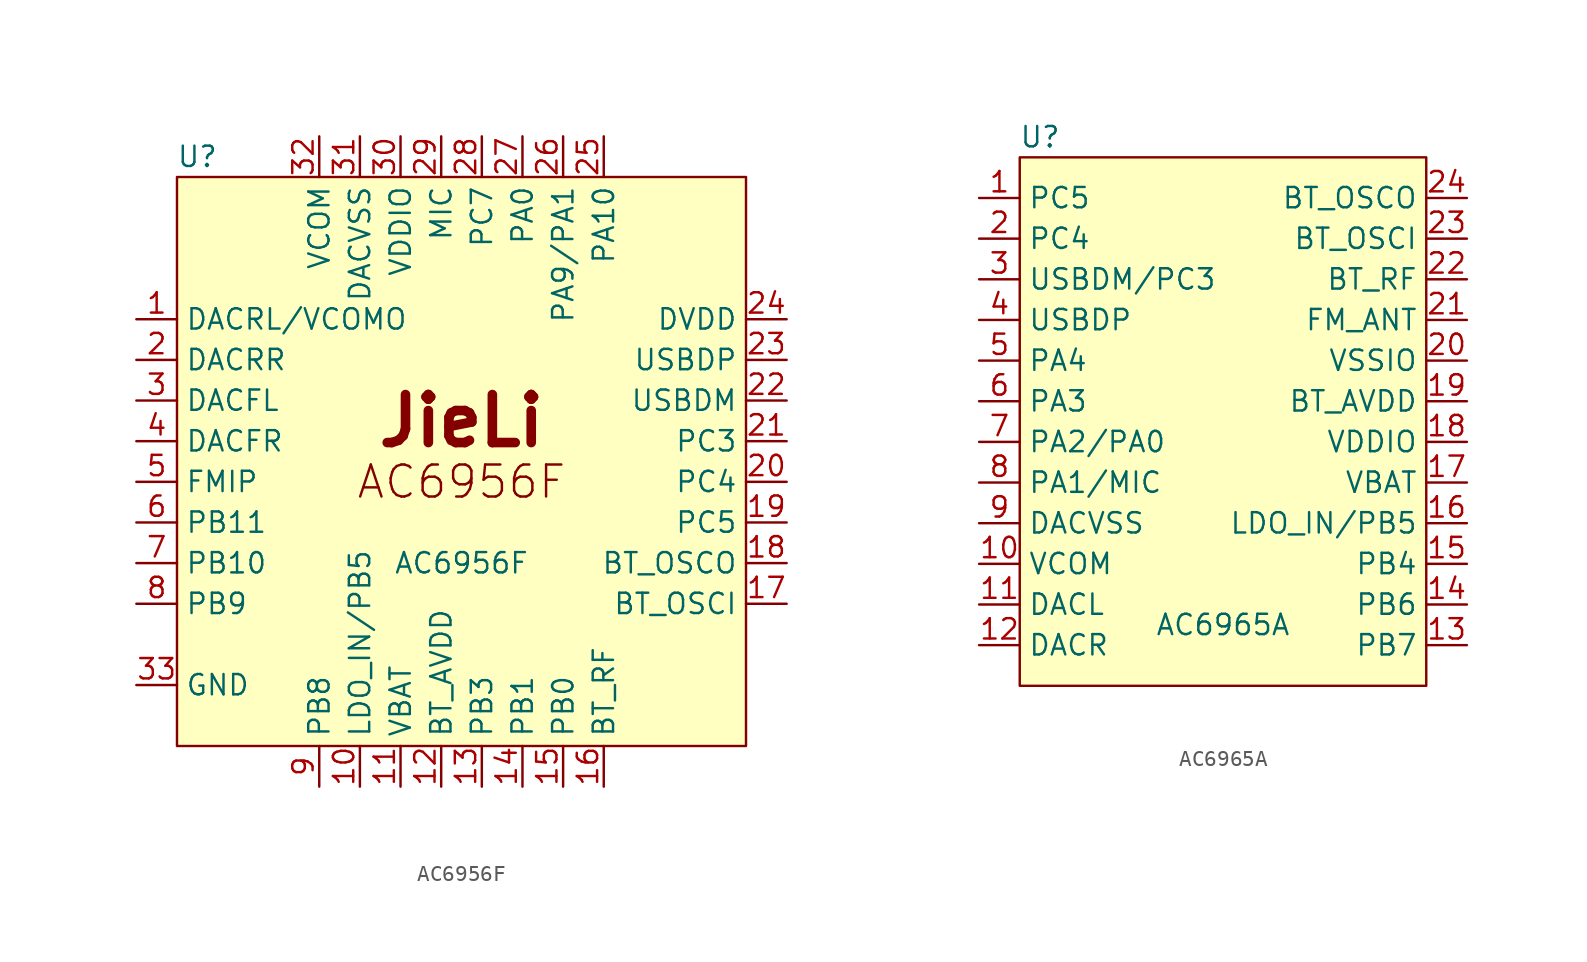
<source format=kicad_sym>
(kicad_symbol_lib
  (version 20211014)
  (generator kicad_symbol_editor)
  (symbol "AC6956F"
    (property "Reference" "U"
      (at -16.51 19.05 0)
      (effects (font (size 1.27 1.27))))
    (property "Value" "AC6956F"
      (at 0 -6.35 0)
      (effects (font (size 1.27 1.27))))
    (symbol "AC6956F_0_0"
      (rectangle (start -17.78 17.78) (end 17.78 -17.78) (stroke (width 0.152) (type default) (color 0 0 0 0)) (fill (type background)))
      (text "AC6956F" (at 0 -1.27 0) (effects (font (size 2 2))))
      (text "JieLi" (at 0 2.54 0) (effects (font (size 3 3) bold))))
    (symbol "AC6956F_1_1"
      (pin output line (at -20.32 8.89 0) (length 2.54) (name "DACRL/VCOMO" (effects (font (size 1.27 1.27)))) (number "1" (effects (font (size 1.27 1.27)))))
      (pin bidirectional line (at -6.35 -20.32 90) (length 2.54) (name "LDO_IN/PB5" (effects (font (size 1.27 1.27)))) (number "10" (effects (font (size 1.27 1.27)))))
      (pin power_in line (at -3.81 -20.32 90) (length 2.54) (name "VBAT" (effects (font (size 1.27 1.27)))) (number "11" (effects (font (size 1.27 1.27)))))
      (pin power_out line (at -1.27 -20.32 90) (length 2.54) (name "BT_AVDD" (effects (font (size 1.27 1.27)))) (number "12" (effects (font (size 1.27 1.27)))))
      (pin bidirectional line (at 1.27 -20.32 90) (length 2.54) (name "PB3" (effects (font (size 1.27 1.27)))) (number "13" (effects (font (size 1.27 1.27)))))
      (pin bidirectional line (at 3.81 -20.32 90) (length 2.54) (name "PB1" (effects (font (size 1.27 1.27)))) (number "14" (effects (font (size 1.27 1.27)))))
      (pin bidirectional line (at 6.35 -20.32 90) (length 2.54) (name "PB0" (effects (font (size 1.27 1.27)))) (number "15" (effects (font (size 1.27 1.27)))))
      (pin passive line (at 8.89 -20.32 90) (length 2.54) (name "BT_RF" (effects (font (size 1.27 1.27)))) (number "16" (effects (font (size 1.27 1.27)))))
      (pin input line (at 20.32 -8.89 180) (length 2.54) (name "BT_OSCI" (effects (font (size 1.27 1.27)))) (number "17" (effects (font (size 1.27 1.27)))))
      (pin output line (at 20.32 -6.35 180) (length 2.54) (name "BT_OSCO" (effects (font (size 1.27 1.27)))) (number "18" (effects (font (size 1.27 1.27)))))
      (pin bidirectional line (at 20.32 -3.81 180) (length 2.54) (name "PC5" (effects (font (size 1.27 1.27)))) (number "19" (effects (font (size 1.27 1.27)))))
      (pin output line (at -20.32 6.35 0) (length 2.54) (name "DACRR" (effects (font (size 1.27 1.27)))) (number "2" (effects (font (size 1.27 1.27)))))
      (pin bidirectional line (at 20.32 -1.27 180) (length 2.54) (name "PC4" (effects (font (size 1.27 1.27)))) (number "20" (effects (font (size 1.27 1.27)))))
      (pin bidirectional line (at 20.32 1.27 180) (length 2.54) (name "PC3" (effects (font (size 1.27 1.27)))) (number "21" (effects (font (size 1.27 1.27)))))
      (pin bidirectional line (at 20.32 3.81 180) (length 2.54) (name "USBDM" (effects (font (size 1.27 1.27)))) (number "22" (effects (font (size 1.27 1.27)))))
      (pin bidirectional line (at 20.32 6.35 180) (length 2.54) (name "USBDP" (effects (font (size 1.27 1.27)))) (number "23" (effects (font (size 1.27 1.27)))))
      (pin power_out line (at 20.32 8.89 180) (length 2.54) (name "DVDD" (effects (font (size 1.27 1.27)))) (number "24" (effects (font (size 1.27 1.27)))))
      (pin bidirectional line (at 8.89 20.32 270) (length 2.54) (name "PA10" (effects (font (size 1.27 1.27)))) (number "25" (effects (font (size 1.27 1.27)))))
      (pin bidirectional line (at 6.35 20.32 270) (length 2.54) (name "PA9/PA1" (effects (font (size 1.27 1.27)))) (number "26" (effects (font (size 1.27 1.27)))))
      (pin bidirectional line (at 3.81 20.32 270) (length 2.54) (name "PA0" (effects (font (size 1.27 1.27)))) (number "27" (effects (font (size 1.27 1.27)))))
      (pin bidirectional line (at 1.27 20.32 270) (length 2.54) (name "PC7" (effects (font (size 1.27 1.27)))) (number "28" (effects (font (size 1.27 1.27)))))
      (pin input line (at -1.27 20.32 270) (length 2.54) (name "MIC" (effects (font (size 1.27 1.27)))) (number "29" (effects (font (size 1.27 1.27)))))
      (pin output line (at -20.32 3.81 0) (length 2.54) (name "DACFL" (effects (font (size 1.27 1.27)))) (number "3" (effects (font (size 1.27 1.27)))))
      (pin power_out line (at -3.81 20.32 270) (length 2.54) (name "VDDIO" (effects (font (size 1.27 1.27)))) (number "30" (effects (font (size 1.27 1.27)))))
      (pin power_in line (at -6.35 20.32 270) (length 2.54) (name "DACVSS" (effects (font (size 1.27 1.27)))) (number "31" (effects (font (size 1.27 1.27)))))
      (pin power_out line (at -8.89 20.32 270) (length 2.54) (name "VCOM" (effects (font (size 1.27 1.27)))) (number "32" (effects (font (size 1.27 1.27)))))
      (pin power_in line (at -20.32 -13.97 0) (length 2.54) (name "GND" (effects (font (size 1.27 1.27)))) (number "33" (effects (font (size 1.27 1.27)))))
      (pin output line (at -20.32 1.27 0) (length 2.54) (name "DACFR" (effects (font (size 1.27 1.27)))) (number "4" (effects (font (size 1.27 1.27)))))
      (pin input line (at -20.32 -1.27 0) (length 2.54) (name "FMIP" (effects (font (size 1.27 1.27)))) (number "5" (effects (font (size 1.27 1.27)))))
      (pin bidirectional line (at -20.32 -3.81 0) (length 2.54) (name "PB11" (effects (font (size 1.27 1.27)))) (number "6" (effects (font (size 1.27 1.27)))))
      (pin bidirectional line (at -20.32 -6.35 0) (length 2.54) (name "PB10" (effects (font (size 1.27 1.27)))) (number "7" (effects (font (size 1.27 1.27)))))
      (pin bidirectional line (at -20.32 -8.89 0) (length 2.54) (name "PB9" (effects (font (size 1.27 1.27)))) (number "8" (effects (font (size 1.27 1.27)))))
      (pin bidirectional line (at -8.89 -20.32 90) (length 2.54) (name "PB8" (effects (font (size 1.27 1.27)))) (number "9" (effects (font (size 1.27 1.27)))))))
  (symbol "AC6965A"
    (property "Reference" "U"
      (at -11.43 17.78 0)
      (effects (font (size 1.27 1.27))))
    (property "Value" "AC6965A"
      (at 0 -12.7 0)
      (effects (font (size 1.27 1.27))))
    (symbol "AC6965A_0_0"
      (rectangle (start -12.7 16.51) (end 12.7 -16.51) (stroke (width 0.152) (type default) (color 0 0 0 0)) (fill (type background))))
    (symbol "AC6965A_1_1"
      (pin bidirectional line (at -15.24 13.97 0) (length 2.54) (name "PC5" (effects (font (size 1.27 1.27)))) (number "1" (effects (font (size 1.27 1.27)))))
      (pin power_out line (at -15.24 -8.89 0) (length 2.54) (name "VCOM" (effects (font (size 1.27 1.27)))) (number "10" (effects (font (size 1.27 1.27)))))
      (pin output line (at -15.24 -11.43 0) (length 2.54) (name "DACL" (effects (font (size 1.27 1.27)))) (number "11" (effects (font (size 1.27 1.27)))))
      (pin output line (at -15.24 -13.97 0) (length 2.54) (name "DACR" (effects (font (size 1.27 1.27)))) (number "12" (effects (font (size 1.27 1.27)))))
      (pin bidirectional line (at 15.24 -13.97 180) (length 2.54) (name "PB7" (effects (font (size 1.27 1.27)))) (number "13" (effects (font (size 1.27 1.27)))))
      (pin bidirectional line (at 15.24 -11.43 180) (length 2.54) (name "PB6" (effects (font (size 1.27 1.27)))) (number "14" (effects (font (size 1.27 1.27)))))
      (pin bidirectional line (at 15.24 -8.89 180) (length 2.54) (name "PB4" (effects (font (size 1.27 1.27)))) (number "15" (effects (font (size 1.27 1.27)))))
      (pin bidirectional line (at 15.24 -6.35 180) (length 2.54) (name "LDO_IN/PB5" (effects (font (size 1.27 1.27)))) (number "16" (effects (font (size 1.27 1.27)))))
      (pin power_in line (at 15.24 -3.81 180) (length 2.54) (name "VBAT" (effects (font (size 1.27 1.27)))) (number "17" (effects (font (size 1.27 1.27)))))
      (pin power_out line (at 15.24 -1.27 180) (length 2.54) (name "VDDIO" (effects (font (size 1.27 1.27)))) (number "18" (effects (font (size 1.27 1.27)))))
      (pin power_out line (at 15.24 1.27 180) (length 2.54) (name "BT_AVDD" (effects (font (size 1.27 1.27)))) (number "19" (effects (font (size 1.27 1.27)))))
      (pin bidirectional line (at -15.24 11.43 0) (length 2.54) (name "PC4" (effects (font (size 1.27 1.27)))) (number "2" (effects (font (size 1.27 1.27)))))
      (pin power_in line (at 15.24 3.81 180) (length 2.54) (name "VSSIO" (effects (font (size 1.27 1.27)))) (number "20" (effects (font (size 1.27 1.27)))))
      (pin input line (at 15.24 6.35 180) (length 2.54) (name "FM_ANT" (effects (font (size 1.27 1.27)))) (number "21" (effects (font (size 1.27 1.27)))))
      (pin passive line (at 15.24 8.89 180) (length 2.54) (name "BT_RF" (effects (font (size 1.27 1.27)))) (number "22" (effects (font (size 1.27 1.27)))))
      (pin input line (at 15.24 11.43 180) (length 2.54) (name "BT_OSCI" (effects (font (size 1.27 1.27)))) (number "23" (effects (font (size 1.27 1.27)))))
      (pin output line (at 15.24 13.97 180) (length 2.54) (name "BT_OSCO" (effects (font (size 1.27 1.27)))) (number "24" (effects (font (size 1.27 1.27)))))
      (pin bidirectional line (at -15.24 8.89 0) (length 2.54) (name "USBDM/PC3" (effects (font (size 1.27 1.27)))) (number "3" (effects (font (size 1.27 1.27)))))
      (pin bidirectional line (at -15.24 6.35 0) (length 2.54) (name "USBDP" (effects (font (size 1.27 1.27)))) (number "4" (effects (font (size 1.27 1.27)))))
      (pin bidirectional line (at -15.24 3.81 0) (length 2.54) (name "PA4" (effects (font (size 1.27 1.27)))) (number "5" (effects (font (size 1.27 1.27)))))
      (pin bidirectional line (at -15.24 1.27 0) (length 2.54) (name "PA3" (effects (font (size 1.27 1.27)))) (number "6" (effects (font (size 1.27 1.27)))))
      (pin bidirectional line (at -15.24 -1.27 0) (length 2.54) (name "PA2/PA0" (effects (font (size 1.27 1.27)))) (number "7" (effects (font (size 1.27 1.27)))))
      (pin bidirectional line (at -15.24 -3.81 0) (length 2.54) (name "PA1/MIC" (effects (font (size 1.27 1.27)))) (number "8" (effects (font (size 1.27 1.27)))))
      (pin power_in line (at -15.24 -6.35 0) (length 2.54) (name "DACVSS" (effects (font (size 1.27 1.27)))) (number "9" (effects (font (size 1.27 1.27))))))))
</source>
